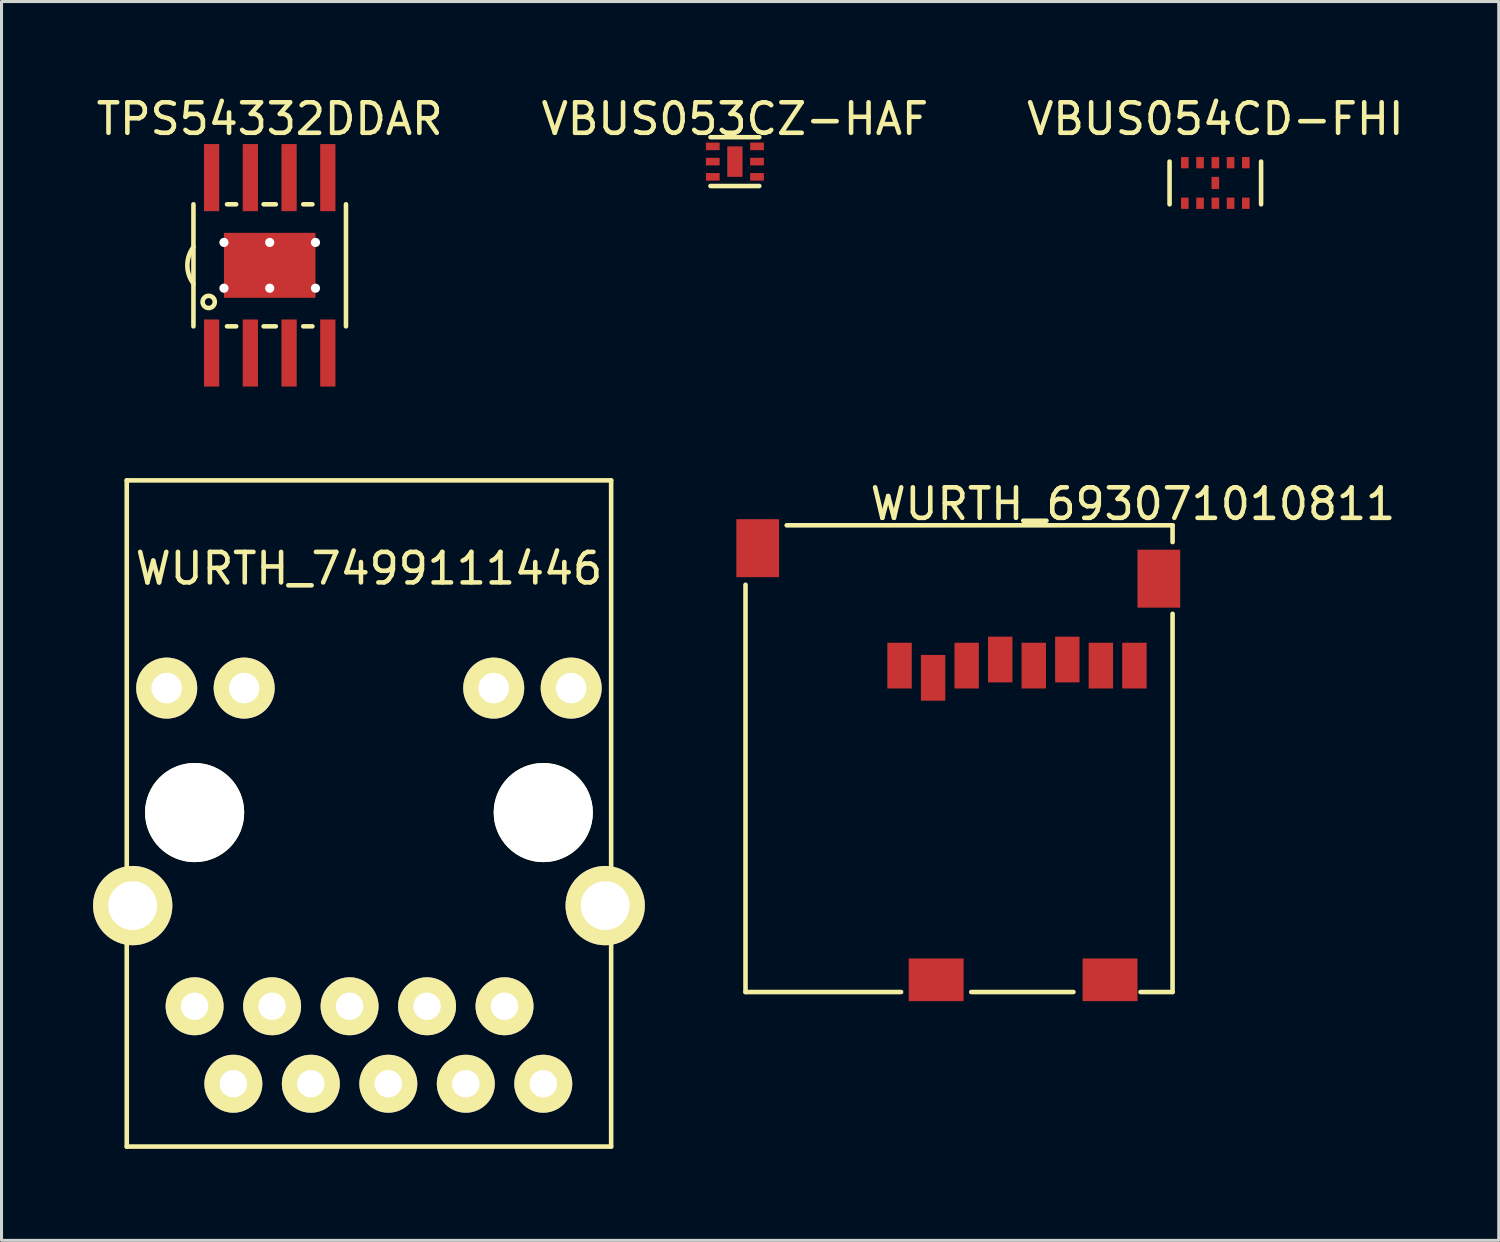
<source format=kicad_pcb>
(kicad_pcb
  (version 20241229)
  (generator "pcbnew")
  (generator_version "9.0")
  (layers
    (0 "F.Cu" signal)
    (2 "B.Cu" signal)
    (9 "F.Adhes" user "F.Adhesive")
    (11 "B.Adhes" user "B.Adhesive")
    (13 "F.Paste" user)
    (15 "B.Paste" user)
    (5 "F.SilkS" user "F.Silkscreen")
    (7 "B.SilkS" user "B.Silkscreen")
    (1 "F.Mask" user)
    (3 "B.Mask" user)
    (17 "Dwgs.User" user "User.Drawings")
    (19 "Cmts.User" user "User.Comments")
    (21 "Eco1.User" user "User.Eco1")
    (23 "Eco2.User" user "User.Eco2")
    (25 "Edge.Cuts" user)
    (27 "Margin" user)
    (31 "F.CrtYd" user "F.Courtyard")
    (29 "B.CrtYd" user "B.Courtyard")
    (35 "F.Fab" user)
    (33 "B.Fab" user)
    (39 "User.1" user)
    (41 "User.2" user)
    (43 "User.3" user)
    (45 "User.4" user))
  (footprint "VBUS054CD-FHI"
    (layer "F.Cu")
    (at 36.792 2.948)
    (property "Reference" "VBUS054CD-FHI" (at 0 -2.1 0) (layer "F.SilkS") (effects (font (size 1 1) (thickness 0.15))))
    (attr through_hole)
    (fp_line (start -1.5 -0.7) (end -1.5 0.7) (stroke (width 0.15) (type solid)) (layer "F.SilkS"))
    (fp_line (start 1.5 -0.7) (end 1.5 0.7) (stroke (width 0.15) (type solid)) (layer "F.SilkS"))
    (pad "1" smd rect (at -1 0.665) (size 0.25 0.37) (layers "F.Cu" "F.Mask" "F.Paste"))
    (pad "2" smd rect (at -0.5 0.665) (size 0.25 0.37) (layers "F.Cu" "F.Mask" "F.Paste"))
    (pad "3" smd rect (at 0 0.665) (size 0.25 0.37) (layers "F.Cu" "F.Mask" "F.Paste"))
    (pad "4" smd rect (at 0.5 0.665) (size 0.25 0.37) (layers "F.Cu" "F.Mask" "F.Paste"))
    (pad "5" smd rect (at 1 0.665) (size 0.25 0.37) (layers "F.Cu" "F.Mask" "F.Paste"))
    (pad "6" smd rect (at 1 -0.665) (size 0.25 0.37) (layers "F.Cu" "F.Mask" "F.Paste"))
    (pad "7" smd rect (at 0.5 -0.665) (size 0.25 0.37) (layers "F.Cu" "F.Mask" "F.Paste"))
    (pad "8" smd rect (at 0 -0.665) (size 0.25 0.37) (layers "F.Cu" "F.Mask" "F.Paste"))
    (pad "9" smd rect (at -0.5 -0.665) (size 0.25 0.37) (layers "F.Cu" "F.Mask" "F.Paste"))
    (pad "10" smd rect (at -1 -0.665) (size 0.25 0.37) (layers "F.Cu" "F.Mask" "F.Paste"))
    (pad "11" smd rect (at 0 0) (size 0.25 0.4) (layers "F.Cu" "F.Mask" "F.Paste")))
  (footprint "VBUS053CZ-HAF"
    (layer "F.Cu")
    (at 21.042 2.248)
    (property "Reference" "VBUS053CZ-HAF" (at 0 -1.4 0) (layer "F.SilkS") (effects (font (size 1 1) (thickness 0.15))))
    (attr through_hole)
    (fp_line (start -0.8 -0.8) (end 0.8 -0.8) (stroke (width 0.15) (type solid)) (layer "F.SilkS"))
    (fp_line (start -0.8 0.8) (end 0.8 0.8) (stroke (width 0.15) (type solid)) (layer "F.SilkS"))
    (pad "1" smd rect (at -0.725 -0.5) (size 0.45 0.25) (layers "F.Cu" "F.Mask" "F.Paste"))
    (pad "2" smd rect (at -0.725 0) (size 0.45 0.25) (layers "F.Cu" "F.Mask" "F.Paste"))
    (pad "3" smd rect (at -0.725 0.5) (size 0.45 0.25) (layers "F.Cu" "F.Mask" "F.Paste"))
    (pad "4" smd rect (at 0.725 0.5) (size 0.45 0.25) (layers "F.Cu" "F.Mask" "F.Paste"))
    (pad "5" smd rect (at 0.725 0) (size 0.45 0.25) (layers "F.Cu" "F.Mask" "F.Paste"))
    (pad "6" smd rect (at 0.725 -0.5) (size 0.45 0.25) (layers "F.Cu" "F.Mask" "F.Paste"))
    (pad "7" smd rect (at 0 0) (size 0.5 1) (layers "F.Cu" "F.Mask" "F.Paste")))
  (footprint "WURTH_7499111446"
    (layer "F.Cu")
    (at 9.045 23.588)
    (property "Reference" "WURTH_7499111446" (at 0 -8 0) (layer "F.SilkS") (effects (font (size 1 1) (thickness 0.15))))
    (attr through_hole)
    (fp_line (start -7.94 -10.89) (end 7.94 -10.89) (stroke (width 0.15) (type solid)) (layer "F.SilkS"))
    (fp_line (start -7.94 10.95) (end -7.94 -10.89) (stroke (width 0.15) (type solid)) (layer "F.SilkS"))
    (fp_line (start 7.94 -10.89) (end 7.94 10.95) (stroke (width 0.15) (type solid)) (layer "F.SilkS"))
    (fp_line (start 7.94 10.95) (end -7.94 10.95) (stroke (width 0.15) (type solid)) (layer "F.SilkS"))
    (pad "" np_thru_hole circle (at -7.745 3.05) (size 2.6 2.6) (drill 1.6) (layers "*.Cu" "*.Mask" "F.SilkS"))
    (pad "" np_thru_hole circle (at -6.63 -4.08) (size 2 2) (drill 1) (layers "*.Cu" "*.Mask" "F.SilkS"))
    (pad "" np_thru_hole circle (at -5.715 0) (size 3.25 3.25) (drill 3.25) (layers "*.Cu" "F.SilkS"))
    (pad "" np_thru_hole circle (at -5.715 6.35) (size 1.9 1.9) (drill 0.9) (layers "*.Cu" "*.Mask" "F.SilkS"))
    (pad "" np_thru_hole circle (at -4.445 8.89) (size 1.9 1.9) (drill 0.9) (layers "*.Cu" "*.Mask" "F.SilkS"))
    (pad "" np_thru_hole circle (at -4.09 -4.08) (size 2 2) (drill 1) (layers "*.Cu" "*.Mask" "F.SilkS"))
    (pad "" np_thru_hole circle (at -3.175 6.35) (size 1.9 1.9) (drill 0.9) (layers "*.Cu" "*.Mask" "F.SilkS"))
    (pad "" np_thru_hole circle (at -1.905 8.89) (size 1.9 1.9) (drill 0.9) (layers "*.Cu" "*.Mask" "F.SilkS"))
    (pad "" np_thru_hole circle (at -0.635 6.35) (size 1.9 1.9) (drill 0.9) (layers "*.Cu" "*.Mask" "F.SilkS"))
    (pad "" np_thru_hole circle (at 0.635 8.89) (size 1.9 1.9) (drill 0.9) (layers "*.Cu" "*.Mask" "F.SilkS"))
    (pad "" np_thru_hole circle (at 1.905 6.35) (size 1.9 1.9) (drill 0.9) (layers "*.Cu" "*.Mask" "F.SilkS"))
    (pad "" np_thru_hole circle (at 3.175 8.89) (size 1.9 1.9) (drill 0.9) (layers "*.Cu" "*.Mask" "F.SilkS"))
    (pad "" np_thru_hole circle (at 4.09 -4.08) (size 2 2) (drill 1) (layers "*.Cu" "*.Mask" "F.SilkS"))
    (pad "" np_thru_hole circle (at 4.445 6.35) (size 1.9 1.9) (drill 0.9) (layers "*.Cu" "*.Mask" "F.SilkS"))
    (pad "" np_thru_hole circle (at 5.715 0) (size 3.25 3.25) (drill 3.25) (layers "*.Cu" "F.SilkS"))
    (pad "" np_thru_hole circle (at 5.715 8.89) (size 1.9 1.9) (drill 0.9) (layers "*.Cu" "*.Mask" "F.SilkS"))
    (pad "" np_thru_hole circle (at 6.63 -4.08) (size 2 2) (drill 1) (layers "*.Cu" "*.Mask" "F.SilkS"))
    (pad "" np_thru_hole circle (at 7.745 3.05) (size 2.6 2.6) (drill 1.6) (layers "*.Cu" "*.Mask" "F.SilkS")))
  (footprint "TPS54332DDAR"
    (layer "F.Cu")
    (at 5.792 5.648)
    (property "Reference" "TPS54332DDAR" (at 0 -4.8 0) (layer "F.SilkS") (effects (font (size 1 1) (thickness 0.15))))
    (attr through_hole)
    (fp_line (start -2.5 -2) (end -2.5 2) (stroke (width 0.15) (type solid)) (layer "F.SilkS"))
    (fp_line (start -1.4 -2) (end -1.1 -2) (stroke (width 0.15) (type solid)) (layer "F.SilkS"))
    (fp_line (start -1.4 2) (end -1.1 2) (stroke (width 0.15) (type solid)) (layer "F.SilkS"))
    (fp_line (start -0.2 -2) (end 0.2 -2) (stroke (width 0.15) (type solid)) (layer "F.SilkS"))
    (fp_line (start -0.2 2) (end 0.2 2) (stroke (width 0.15) (type solid)) (layer "F.SilkS"))
    (fp_line (start 1.1 -2) (end 1.4 -2) (stroke (width 0.15) (type solid)) (layer "F.SilkS"))
    (fp_line (start 1.1 2) (end 1.4 2) (stroke (width 0.15) (type solid)) (layer "F.SilkS"))
    (fp_line (start 2.5 -2) (end 2.5 2) (stroke (width 0.15) (type solid)) (layer "F.SilkS"))
    (fp_arc (start -2.5 0.6) (mid -2.7 0) (end -2.5 -0.6) (stroke (width 0.15) (type solid)) (layer "F.SilkS"))
    (fp_circle (center -2 1.2) (end -2 1.4) (stroke (width 0.15) (type solid)) (fill no) (layer "F.SilkS"))
    (pad "" np_thru_hole circle (at -1.5 -0.75) (size 0.3 0.3) (drill 0.3) (layers "*.Cu"))
    (pad "" np_thru_hole circle (at -1.5 0.75) (size 0.3 0.3) (drill 0.3) (layers "*.Cu"))
    (pad "" np_thru_hole circle (at 0 -0.75) (size 0.3 0.3) (drill 0.3) (layers "*.Cu"))
    (pad "" np_thru_hole circle (at 0 0.75) (size 0.3 0.3) (drill 0.3) (layers "*.Cu"))
    (pad "" np_thru_hole circle (at 1.5 -0.75) (size 0.3 0.3) (drill 0.3) (layers "*.Cu"))
    (pad "" np_thru_hole circle (at 1.5 0.75) (size 0.3 0.3) (drill 0.3) (layers "*.Cu"))
    (pad "1" smd rect (at -1.905 2.875) (size 0.5 2.2) (layers "F.Cu" "F.Mask" "F.Paste"))
    (pad "2" smd rect (at -0.635 2.875) (size 0.5 2.2) (layers "F.Cu" "F.Mask" "F.Paste"))
    (pad "3" smd rect (at 0.635 2.875) (size 0.5 2.2) (layers "F.Cu" "F.Mask" "F.Paste"))
    (pad "4" smd rect (at 1.905 2.875) (size 0.5 2.2) (layers "F.Cu" "F.Mask" "F.Paste"))
    (pad "5" smd rect (at 1.905 -2.875) (size 0.5 2.2) (layers "F.Cu" "F.Mask" "F.Paste"))
    (pad "6" smd rect (at 0.635 -2.875) (size 0.5 2.2) (layers "F.Cu" "F.Mask" "F.Paste"))
    (pad "7" smd rect (at -0.635 -2.875) (size 0.5 2.2) (layers "F.Cu" "F.Mask" "F.Paste"))
    (pad "8" smd rect (at -1.905 -2.875) (size 0.5 2.2) (layers "F.Cu" "F.Mask" "F.Paste"))
    (pad "9" smd rect (at 0 0) (size 3 2.13) (layers "F.Cu" "F.Mask" "F.Paste")))
  (footprint "WURTH_693071010811"
    (layer "F.Cu")
    (at 34.14 18.771)
    (property "Reference" "WURTH_693071010811" (at -0.05 -5.3 0) (layer "F.SilkS") (effects (font (size 1 1) (thickness 0.15))))
    (attr through_hole)
    (fp_line (start -12.75 -2.65) (end -12.75 10.7) (stroke (width 0.15) (type solid)) (layer "F.SilkS"))
    (fp_line (start -12.75 10.7) (end -7.65 10.7) (stroke (width 0.15) (type solid)) (layer "F.SilkS"))
    (fp_line (start -11.4 -4.6) (end 1.25 -4.6) (stroke (width 0.15) (type solid)) (layer "F.SilkS"))
    (fp_line (start -2 10.7) (end -5.35 10.7) (stroke (width 0.15) (type solid)) (layer "F.SilkS"))
    (fp_line (start 0.2 10.7) (end 1.25 10.7) (stroke (width 0.15) (type solid)) (layer "F.SilkS"))
    (fp_line (start 1.25 -4.6) (end 1.25 -4.05) (stroke (width 0.15) (type solid)) (layer "F.SilkS"))
    (fp_line (start 1.25 -1.7) (end 1.25 10.7) (stroke (width 0.15) (type solid)) (layer "F.SilkS"))
    (pad "1" smd rect (at -7.7 0) (size 0.8 1.5) (layers "F.Cu" "F.Mask" "F.Paste"))
    (pad "2" smd rect (at -6.6 0.4) (size 0.8 1.5) (layers "F.Cu" "F.Mask" "F.Paste"))
    (pad "3" smd rect (at -5.5 0) (size 0.8 1.5) (layers "F.Cu" "F.Mask" "F.Paste"))
    (pad "4" smd rect (at -4.4 -0.2) (size 0.8 1.5) (layers "F.Cu" "F.Mask" "F.Paste"))
    (pad "5" smd rect (at -3.3 0) (size 0.8 1.5) (layers "F.Cu" "F.Mask" "F.Paste"))
    (pad "6" smd rect (at -2.2 -0.2) (size 0.8 1.5) (layers "F.Cu" "F.Mask" "F.Paste"))
    (pad "7" smd rect (at -1.1 0) (size 0.8 1.5) (layers "F.Cu" "F.Mask" "F.Paste"))
    (pad "8" smd rect (at 0 0) (size 0.8 1.5) (layers "F.Cu" "F.Mask" "F.Paste"))
    (pad "9" smd rect (at -0.8 10.3) (size 1.8 1.4) (layers "F.Cu" "F.Mask" "F.Paste"))
    (pad "10" smd rect (at -6.5 10.3) (size 1.8 1.4) (layers "F.Cu" "F.Mask" "F.Paste"))
    (pad "11" smd rect (at 0.8 -2.85) (size 1.4 1.9) (layers "F.Cu" "F.Mask" "F.Paste"))
    (pad "13" smd rect (at -12.35 -3.85) (size 1.4 1.9) (layers "F.Cu" "F.Mask" "F.Paste")))
  (gr_rect
    (start -3 -3)
    (end 46.083 37.613)
    (stroke (width 0.1) (type default))
    (fill no)
    (layer "Edge.Cuts")))
</source>
